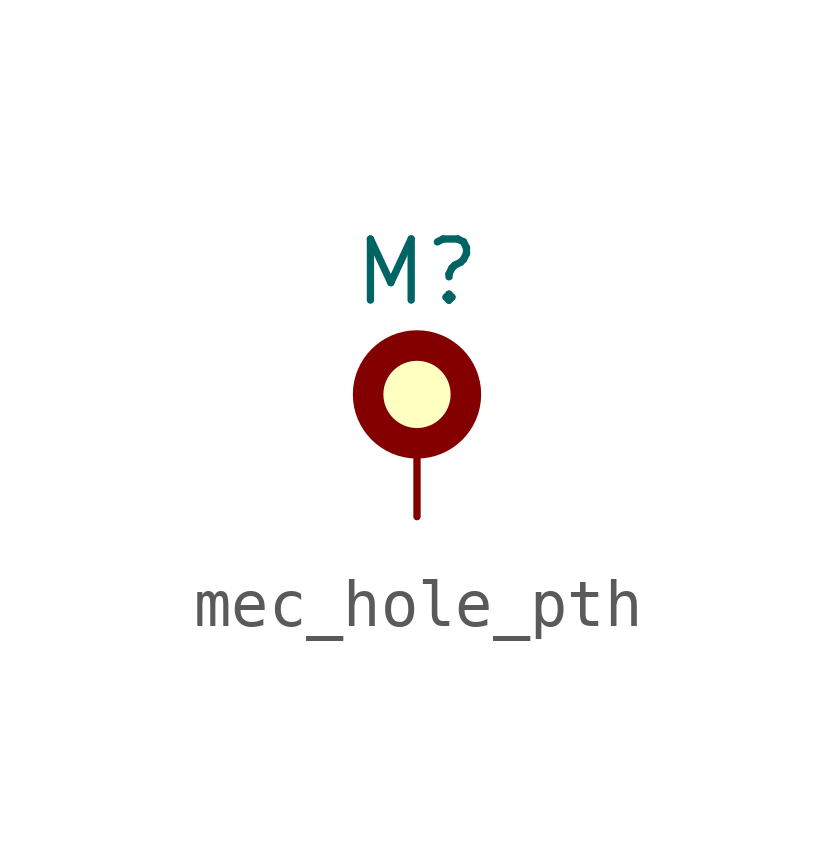
<source format=kicad_sym>
(kicad_symbol_lib
  (version 20241209)
  (generator "kicad_symbol_editor")
  (generator_version "9.0")
  (symbol "mec_hole_pth"
    (pin_numbers
      (hide yes))
    (pin_names
      (hide yes))
    (property "Reference" "M"
      (at 0 5.08 0)
      (effects (font (size 1.27 1.27))))
    (symbol "mec_hole_pth_1_1"
      (circle (center 0 2.54) (radius 1.016) (stroke (width 0.635) (type solid)) (fill (type background)))
      (pin passive line (at 0 0 90) (length 1.27) (name "" (effects (font (size 1.27 1.27)))) (number "1" (effects (font (size 1.27 1.27))))))))
</source>
